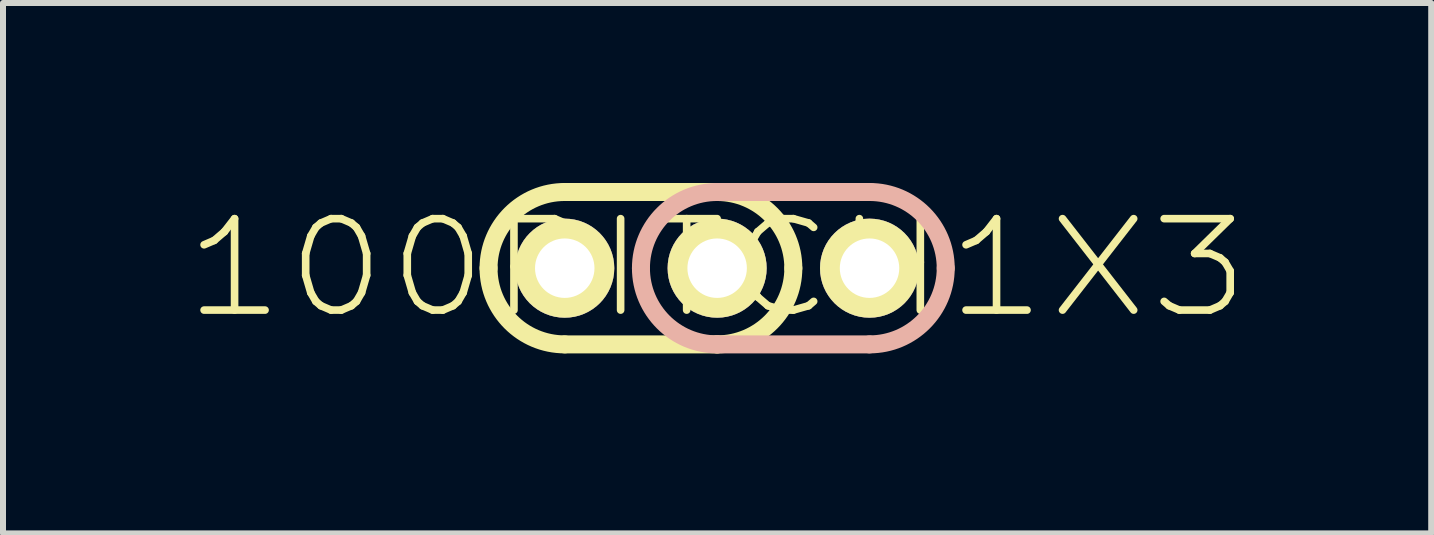
<source format=kicad_pcb>
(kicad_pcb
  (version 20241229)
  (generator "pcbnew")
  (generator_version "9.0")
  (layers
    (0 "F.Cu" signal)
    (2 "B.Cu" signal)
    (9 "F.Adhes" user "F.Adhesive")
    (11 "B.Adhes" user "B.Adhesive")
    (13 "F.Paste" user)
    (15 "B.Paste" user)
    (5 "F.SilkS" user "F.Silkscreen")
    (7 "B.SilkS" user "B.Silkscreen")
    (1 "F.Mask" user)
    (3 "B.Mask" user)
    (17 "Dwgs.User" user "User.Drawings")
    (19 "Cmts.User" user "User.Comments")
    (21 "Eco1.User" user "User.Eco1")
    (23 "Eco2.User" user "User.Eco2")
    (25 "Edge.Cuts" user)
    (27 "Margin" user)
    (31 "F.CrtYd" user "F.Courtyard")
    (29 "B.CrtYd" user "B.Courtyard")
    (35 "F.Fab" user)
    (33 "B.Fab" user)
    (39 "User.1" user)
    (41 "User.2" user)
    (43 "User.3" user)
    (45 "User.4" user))
  (footprint "100PITCH1X3"
    (layer "F.Cu")
    (at 8.903 1.42)
    (property "Reference" "100PITCH1X3" (at 0 0 0) (layer "F.SilkS") (effects (font (size 1.524 1.778) (thickness 0.127))))
    (attr through_hole)
    (fp_line (start -2.54 0) (end 0 0) (stroke (width 2) (type solid)) (layer "F.Mask"))
    (fp_line (start 2.54 0) (end 0 0) (stroke (width 2) (type solid)) (layer "B.Mask"))
    (fp_line (start -2.54 -1.27) (end 0 -1.27) (stroke (width 0.3) (type solid)) (layer "F.SilkS"))
    (fp_line (start -2.54 1.27) (end 0 1.27) (stroke (width 0.3) (type solid)) (layer "F.SilkS"))
    (fp_arc (start -3.81 0) (mid -3.438026 -0.898026) (end -2.54 -1.27) (stroke (width 0.3) (type solid)) (layer "F.SilkS"))
    (fp_arc (start -2.54 1.27) (mid -3.438026 0.898026) (end -3.81 0) (stroke (width 0.3) (type solid)) (layer "F.SilkS"))
    (fp_arc (start 0 -1.27) (mid 0.898026 -0.898026) (end 1.27 0) (stroke (width 0.3) (type solid)) (layer "F.SilkS"))
    (fp_arc (start 1.27 0) (mid 0.898026 0.898026) (end 0 1.27) (stroke (width 0.3) (type solid)) (layer "F.SilkS"))
    (fp_line (start 0 -1.27) (end 2.54 -1.27) (stroke (width 0.3) (type solid)) (layer "B.SilkS"))
    (fp_line (start 0 1.27) (end 2.54 1.27) (stroke (width 0.3) (type solid)) (layer "B.SilkS"))
    (fp_arc (start -1.27 0) (mid -0.898026 -0.898026) (end 0 -1.27) (stroke (width 0.3) (type solid)) (layer "B.SilkS"))
    (fp_arc (start 0 1.27) (mid -0.898026 0.898026) (end -1.27 0) (stroke (width 0.3) (type solid)) (layer "B.SilkS"))
    (fp_arc (start 2.54 -1.27) (mid 3.438026 -0.898026) (end 3.81 0) (stroke (width 0.3) (type solid)) (layer "B.SilkS"))
    (fp_arc (start 3.81 0) (mid 3.438026 0.898026) (end 2.54 1.27) (stroke (width 0.3) (type solid)) (layer "B.SilkS"))
    (pad "1" thru_hole circle (at -2.54 0) (size 1.651 1.651) (drill 0.991) (layers "*.Cu" "*.Mask" "F.SilkS"))
    (pad "2" thru_hole circle (at 0 0) (size 1.651 1.651) (drill 0.991) (layers "*.Cu" "*.Mask" "F.SilkS"))
    (pad "3" thru_hole circle (at 2.54 0) (size 1.651 1.651) (drill 0.991) (layers "*.Cu" "*.Mask" "F.SilkS")))
  (gr_rect
    (start -3 -3)
    (end 20.805 5.84)
    (stroke (width 0.1) (type default))
    (fill no)
    (layer "Edge.Cuts")))
</source>
